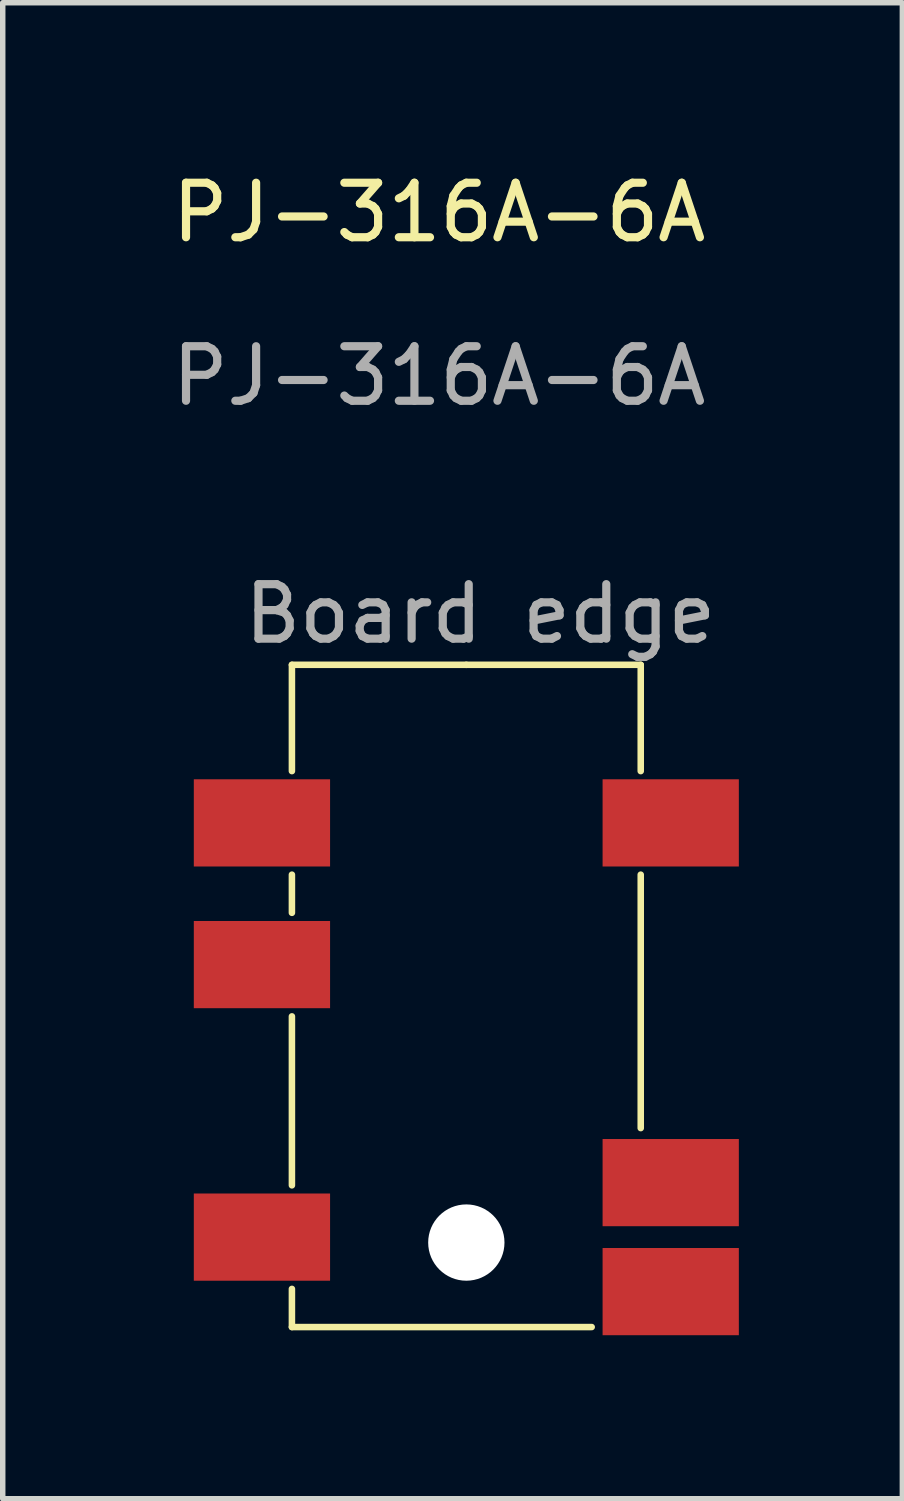
<source format=kicad_pcb>
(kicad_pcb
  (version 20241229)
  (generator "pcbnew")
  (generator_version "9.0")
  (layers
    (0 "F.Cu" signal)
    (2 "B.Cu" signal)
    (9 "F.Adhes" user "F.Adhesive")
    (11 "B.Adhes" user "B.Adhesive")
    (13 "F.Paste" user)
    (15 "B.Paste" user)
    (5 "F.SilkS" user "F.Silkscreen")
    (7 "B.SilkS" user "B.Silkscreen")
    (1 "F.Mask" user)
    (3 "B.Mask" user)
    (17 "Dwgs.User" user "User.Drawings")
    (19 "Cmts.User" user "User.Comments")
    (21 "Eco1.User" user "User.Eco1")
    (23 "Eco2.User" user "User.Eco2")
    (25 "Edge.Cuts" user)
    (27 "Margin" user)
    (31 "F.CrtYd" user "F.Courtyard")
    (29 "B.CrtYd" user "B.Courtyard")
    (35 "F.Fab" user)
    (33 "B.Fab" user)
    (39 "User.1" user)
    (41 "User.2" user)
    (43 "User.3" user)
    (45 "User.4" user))
  (footprint "PJ-316A-6A"
    (layer "F.Cu")
    (at 5.506 9.148)
    (property "Reference" "PJ-316A-6A" (at -0.5 -8.3 0) (unlocked yes) (layer "F.SilkS") (effects (font (size 1 1) (thickness 0.15))))
    (attr smd)
    (fp_line (start -3.2 0) (end -3.2 1.95) (stroke (width 0.12) (type default)) (layer "F.SilkS"))
    (fp_line (start -3.2 3.85) (end -3.2 4.55) (stroke (width 0.12) (type default)) (layer "F.SilkS"))
    (fp_line (start -3.2 6.45) (end -3.2 9.55) (stroke (width 0.12) (type default)) (layer "F.SilkS"))
    (fp_line (start -3.2 12.15) (end -3.2 11.45) (stroke (width 0.12) (type default)) (layer "F.SilkS"))
    (fp_line (start 0 0) (end -3.2 0) (stroke (width 0.12) (type default)) (layer "F.SilkS"))
    (fp_line (start 0 0) (end 3.2 0) (stroke (width 0.12) (type default)) (layer "F.SilkS"))
    (fp_line (start 2.3 12.15) (end -3.2 12.15) (stroke (width 0.12) (type default)) (layer "F.SilkS"))
    (fp_line (start 3.2 0) (end 3.2 1.95) (stroke (width 0.12) (type default)) (layer "F.SilkS"))
    (fp_line (start 3.2 3.85) (end 3.2 8.5) (stroke (width 0.12) (type default)) (layer "F.SilkS"))
    (fp_text user "Board edge" (at -4.15 -0.35 0) (unlocked yes) (layer "F.Fab") (effects (font (size 1 1) (thickness 0.15)) (justify left bottom)))
    (fp_text user "${REFERENCE}" (at -0.5 -5.3 0) (unlocked yes) (layer "F.Fab") (effects (font (size 1 1) (thickness 0.15))))
    (pad "" np_thru_hole circle (at 0 10.6) (size 1.4 1.4) (drill 1.4) (layers "*.Cu" "*.Mask"))
    (pad "R1" smd trapezoid (at -3.75 5.5) (size 2.5 1.6) (layers "F.Cu" "F.Mask" "F.Paste"))
    (pad "R1N" smd trapezoid (at -3.75 10.5) (size 2.5 1.6) (layers "F.Cu" "F.Mask" "F.Paste"))
    (pad "R2" smd trapezoid (at 3.75 2.9) (size 2.5 1.6) (layers "F.Cu" "F.Mask" "F.Paste"))
    (pad "S" smd trapezoid (at -3.75 2.9) (size 2.5 1.6) (layers "F.Cu" "F.Mask" "F.Paste"))
    (pad "T" smd trapezoid (at 3.75 9.5) (size 2.5 1.6) (layers "F.Cu" "F.Mask" "F.Paste"))
    (pad "TN" smd trapezoid (at 3.75 11.5) (size 2.5 1.6) (layers "F.Cu" "F.Mask" "F.Paste")))
  (gr_rect
    (start -3 -3)
    (end 13.506 24.448)
    (stroke (width 0.1) (type default))
    (fill no)
    (layer "Edge.Cuts")))
</source>
